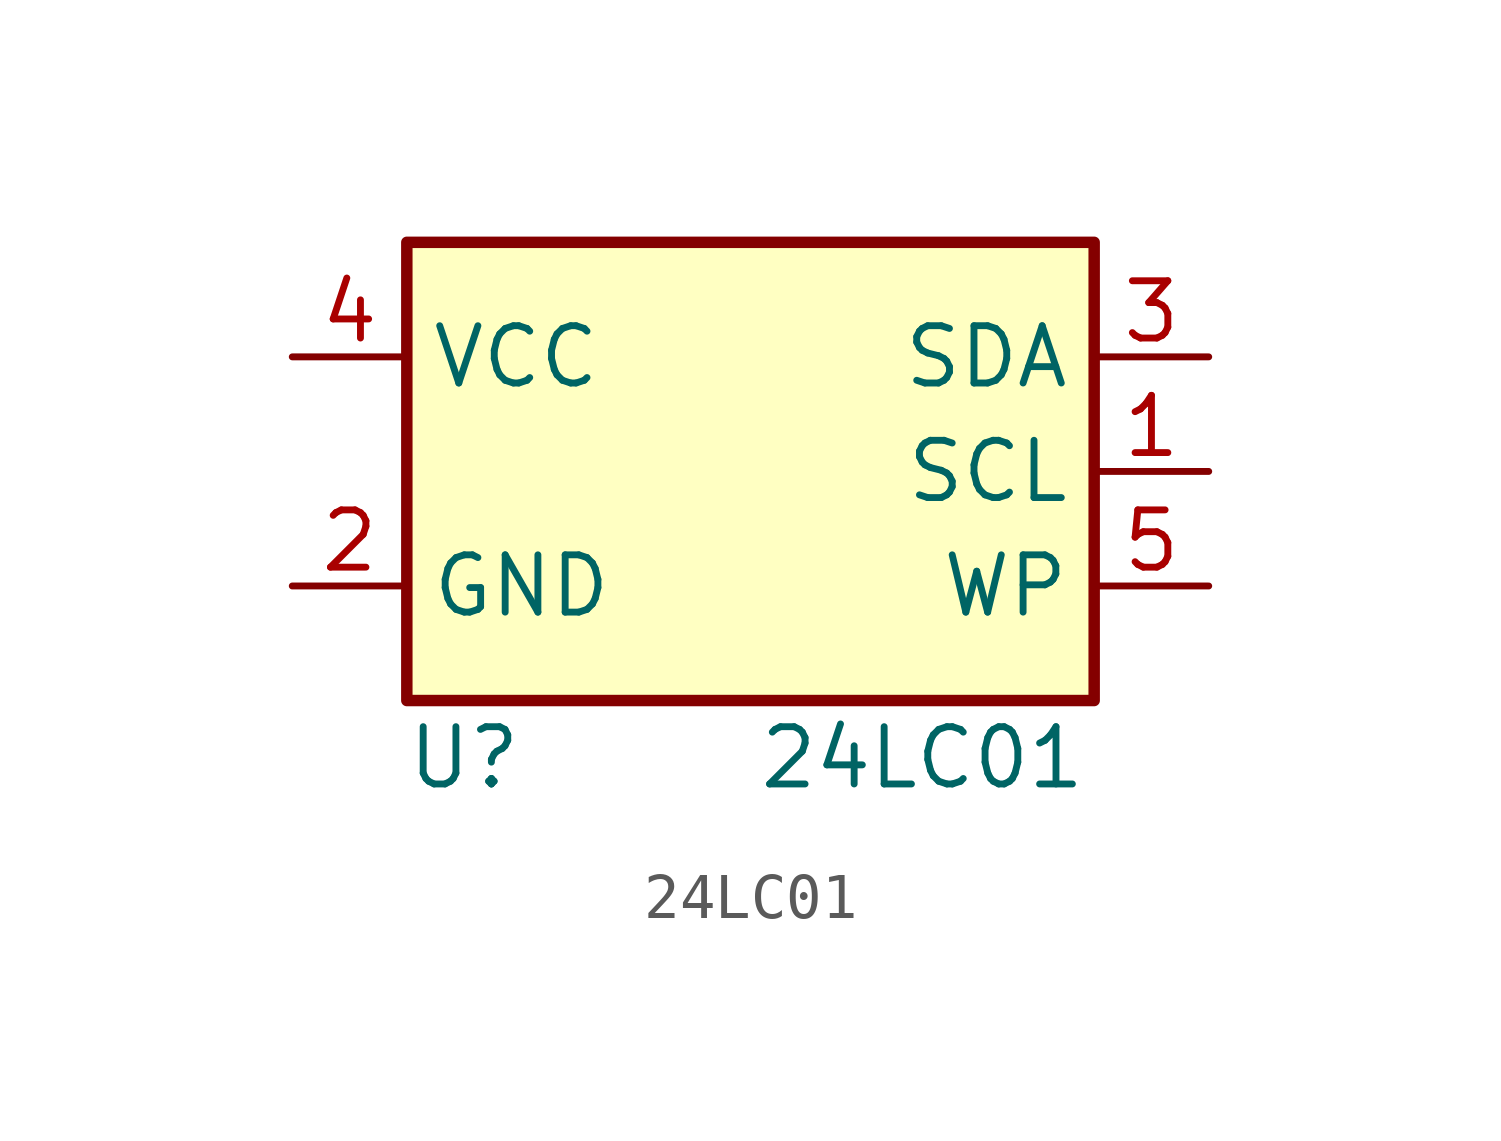
<source format=kicad_sym>
(kicad_symbol_lib
  (version 20220914)
  (generator kicad_symbol_editor)
  (symbol "24LC01"
    (property "Reference" "U"
      (at -6.35 -6.35 0)
      (effects (font (size 1.27 1.27))))
    (property "Value" "24LC01"
      (at 3.81 -6.35 0)
      (effects (font (size 1.27 1.27))))
    (symbol "24LC01_1_1"
      (rectangle (start -7.62 5.08) (end 7.62 -5.08) (stroke (width 0.254) (type default)) (fill (type background)))
      (pin input line (at 10.16 0 180) (length 2.54) (name "SCL" (effects (font (size 1.27 1.27)))) (number "1" (effects (font (size 1.27 1.27)))))
      (pin power_in line (at -10.16 -2.54 0) (length 2.54) (name "GND" (effects (font (size 1.27 1.27)))) (number "2" (effects (font (size 1.27 1.27)))))
      (pin bidirectional line (at 10.16 2.54 180) (length 2.54) (name "SDA" (effects (font (size 1.27 1.27)))) (number "3" (effects (font (size 1.27 1.27)))))
      (pin power_in line (at -10.16 2.54 0) (length 2.54) (name "VCC" (effects (font (size 1.27 1.27)))) (number "4" (effects (font (size 1.27 1.27)))))
      (pin input line (at 10.16 -2.54 180) (length 2.54) (name "WP" (effects (font (size 1.27 1.27)))) (number "5" (effects (font (size 1.27 1.27))))))))
</source>
